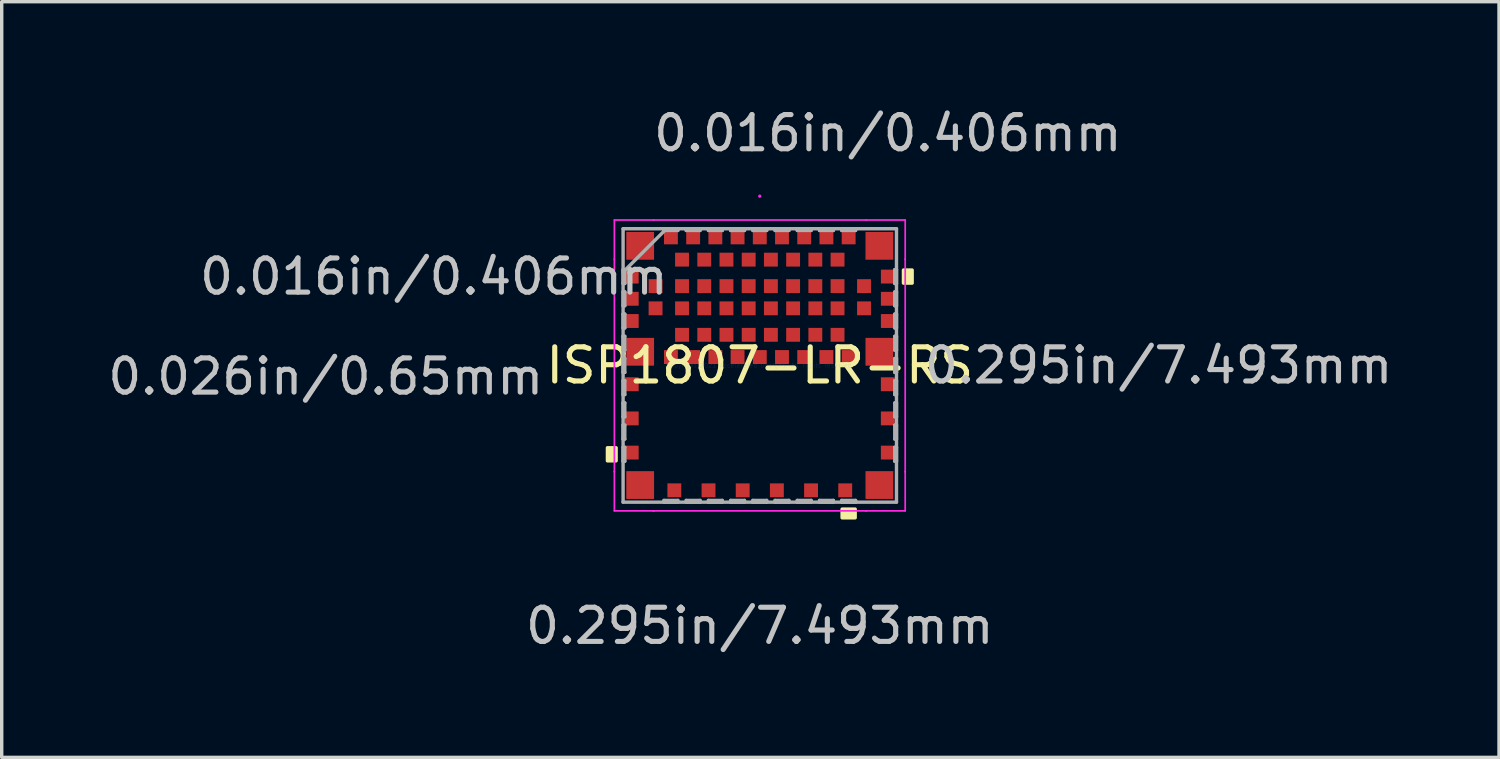
<source format=kicad_pcb>
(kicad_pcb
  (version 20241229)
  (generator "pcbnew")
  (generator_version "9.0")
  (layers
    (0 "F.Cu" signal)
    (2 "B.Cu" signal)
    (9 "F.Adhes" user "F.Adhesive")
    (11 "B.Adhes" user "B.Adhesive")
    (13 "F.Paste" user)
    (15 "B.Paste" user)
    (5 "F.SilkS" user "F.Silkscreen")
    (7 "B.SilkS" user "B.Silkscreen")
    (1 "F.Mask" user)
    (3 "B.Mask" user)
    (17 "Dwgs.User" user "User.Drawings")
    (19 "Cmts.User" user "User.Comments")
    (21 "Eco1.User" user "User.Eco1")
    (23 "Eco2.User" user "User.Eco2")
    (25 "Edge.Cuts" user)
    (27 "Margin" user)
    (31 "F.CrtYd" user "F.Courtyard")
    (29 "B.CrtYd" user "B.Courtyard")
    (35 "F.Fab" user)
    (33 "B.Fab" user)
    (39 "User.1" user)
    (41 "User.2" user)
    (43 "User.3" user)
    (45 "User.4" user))
  (footprint "ISP1807-LR-RS"
    (layer "F.Cu")
    (at 19.182 7.643)
    (property "Reference" "ISP1807-LR-RS" (at 0 0 0) (layer "F.SilkS") (effects (font (size 1 1) (thickness 0.15))))
    (attr through_hole)
    (fp_poly (pts (xy -4.458 2.409) (xy -4.458 2.791) (xy -4.204 2.791) (xy -4.204 2.409)) (stroke (width 0.1) (type solid)) (fill yes) (layer "F.SilkS"))
    (fp_poly (pts (xy 2.409 4.204) (xy 2.409 4.458) (xy 2.791 4.458) (xy 2.791 4.204)) (stroke (width 0.1) (type solid)) (fill yes) (layer "F.SilkS"))
    (fp_poly (pts (xy 4.458 -2.791) (xy 4.458 -2.409) (xy 4.204 -2.409) (xy 4.204 -2.791)) (stroke (width 0.1) (type solid)) (fill yes) (layer "F.SilkS"))
    (fp_line (start -4.255 -4.255) (end -3.108 -4.255) (stroke (width 0.05) (type solid)) (layer "F.CrtYd"))
    (fp_line (start -4.255 -3.108) (end -4.255 -4.255) (stroke (width 0.05) (type solid)) (layer "F.CrtYd"))
    (fp_line (start -4.255 -3.108) (end -4.255 -3.108) (stroke (width 0.05) (type solid)) (layer "F.CrtYd"))
    (fp_line (start -4.255 3.108) (end -4.255 -3.108) (stroke (width 0.05) (type solid)) (layer "F.CrtYd"))
    (fp_line (start -4.255 3.108) (end -4.255 3.108) (stroke (width 0.05) (type solid)) (layer "F.CrtYd"))
    (fp_line (start -4.255 4.255) (end -4.255 3.108) (stroke (width 0.05) (type solid)) (layer "F.CrtYd"))
    (fp_line (start -3.108 -4.255) (end -3.108 -4.255) (stroke (width 0.05) (type solid)) (layer "F.CrtYd"))
    (fp_line (start -3.108 -4.255) (end 3.108 -4.255) (stroke (width 0.05) (type solid)) (layer "F.CrtYd"))
    (fp_line (start -3.108 4.255) (end -4.255 4.255) (stroke (width 0.05) (type solid)) (layer "F.CrtYd"))
    (fp_line (start -3.108 4.255) (end -3.108 4.255) (stroke (width 0.05) (type solid)) (layer "F.CrtYd"))
    (fp_line (start 3.108 -4.255) (end 3.108 -4.255) (stroke (width 0.05) (type solid)) (layer "F.CrtYd"))
    (fp_line (start 3.108 -4.255) (end 4.255 -4.255) (stroke (width 0.05) (type solid)) (layer "F.CrtYd"))
    (fp_line (start 3.108 4.255) (end -3.108 4.255) (stroke (width 0.05) (type solid)) (layer "F.CrtYd"))
    (fp_line (start 3.108 4.255) (end 3.108 4.255) (stroke (width 0.05) (type solid)) (layer "F.CrtYd"))
    (fp_line (start 4.255 -4.255) (end 4.255 -3.108) (stroke (width 0.05) (type solid)) (layer "F.CrtYd"))
    (fp_line (start 4.255 -3.108) (end 4.255 -3.108) (stroke (width 0.05) (type solid)) (layer "F.CrtYd"))
    (fp_line (start 4.255 -3.108) (end 4.255 3.108) (stroke (width 0.05) (type solid)) (layer "F.CrtYd"))
    (fp_line (start 4.255 3.108) (end 4.255 3.108) (stroke (width 0.05) (type solid)) (layer "F.CrtYd"))
    (fp_line (start 4.255 3.108) (end 4.255 4.255) (stroke (width 0.05) (type solid)) (layer "F.CrtYd"))
    (fp_line (start 4.255 4.255) (end 3.108 4.255) (stroke (width 0.05) (type solid)) (layer "F.CrtYd"))
    (fp_circle (center 0 -4.953) (end 0 -4.953) (stroke (width 0.05) (type solid)) (fill no) (layer "F.CrtYd"))
    (fp_line (start -4 -4) (end -4 4) (stroke (width 0.1) (type solid)) (layer "F.Fab"))
    (fp_line (start -4 -2.803) (end -3.95 -2.803) (stroke (width 0.1) (type solid)) (layer "F.Fab"))
    (fp_line (start -4 -2.731) (end -2.731 -4) (stroke (width 0.1) (type solid)) (layer "F.Fab"))
    (fp_line (start -4 -2.397) (end -4 -2.803) (stroke (width 0.1) (type solid)) (layer "F.Fab"))
    (fp_line (start -4 -2.153) (end -3.95 -2.153) (stroke (width 0.1) (type solid)) (layer "F.Fab"))
    (fp_line (start -4 -1.747) (end -4 -2.153) (stroke (width 0.1) (type solid)) (layer "F.Fab"))
    (fp_line (start -4 -1.503) (end -3.95 -1.503) (stroke (width 0.1) (type solid)) (layer "F.Fab"))
    (fp_line (start -4 -1.097) (end -4 -1.503) (stroke (width 0.1) (type solid)) (layer "F.Fab"))
    (fp_line (start -4 -0.853) (end -3.95 -0.853) (stroke (width 0.1) (type solid)) (layer "F.Fab"))
    (fp_line (start -4 -0.447) (end -4 -0.853) (stroke (width 0.1) (type solid)) (layer "F.Fab"))
    (fp_line (start -4 -0.203) (end -3.95 -0.203) (stroke (width 0.1) (type solid)) (layer "F.Fab"))
    (fp_line (start -4 0.203) (end -4 -0.203) (stroke (width 0.1) (type solid)) (layer "F.Fab"))
    (fp_line (start -4 0.447) (end -3.95 0.447) (stroke (width 0.1) (type solid)) (layer "F.Fab"))
    (fp_line (start -4 0.853) (end -4 0.447) (stroke (width 0.1) (type solid)) (layer "F.Fab"))
    (fp_line (start -4 1.097) (end -3.95 1.097) (stroke (width 0.1) (type solid)) (layer "F.Fab"))
    (fp_line (start -4 1.503) (end -4 1.097) (stroke (width 0.1) (type solid)) (layer "F.Fab"))
    (fp_line (start -4 1.747) (end -3.95 1.747) (stroke (width 0.1) (type solid)) (layer "F.Fab"))
    (fp_line (start -4 2.153) (end -4 1.747) (stroke (width 0.1) (type solid)) (layer "F.Fab"))
    (fp_line (start -4 2.397) (end -3.95 2.397) (stroke (width 0.1) (type solid)) (layer "F.Fab"))
    (fp_line (start -4 2.803) (end -4 2.397) (stroke (width 0.1) (type solid)) (layer "F.Fab"))
    (fp_line (start -4 4) (end 4 4) (stroke (width 0.1) (type solid)) (layer "F.Fab"))
    (fp_line (start -3.95 -2.803) (end -3.95 -2.397) (stroke (width 0.1) (type solid)) (layer "F.Fab"))
    (fp_line (start -3.95 -2.397) (end -4 -2.397) (stroke (width 0.1) (type solid)) (layer "F.Fab"))
    (fp_line (start -3.95 -2.153) (end -3.95 -1.747) (stroke (width 0.1) (type solid)) (layer "F.Fab"))
    (fp_line (start -3.95 -1.747) (end -4 -1.747) (stroke (width 0.1) (type solid)) (layer "F.Fab"))
    (fp_line (start -3.95 -1.503) (end -3.95 -1.097) (stroke (width 0.1) (type solid)) (layer "F.Fab"))
    (fp_line (start -3.95 -1.097) (end -4 -1.097) (stroke (width 0.1) (type solid)) (layer "F.Fab"))
    (fp_line (start -3.95 -0.853) (end -3.95 -0.447) (stroke (width 0.1) (type solid)) (layer "F.Fab"))
    (fp_line (start -3.95 -0.447) (end -4 -0.447) (stroke (width 0.1) (type solid)) (layer "F.Fab"))
    (fp_line (start -3.95 -0.203) (end -3.95 0.203) (stroke (width 0.1) (type solid)) (layer "F.Fab"))
    (fp_line (start -3.95 0.203) (end -4 0.203) (stroke (width 0.1) (type solid)) (layer "F.Fab"))
    (fp_line (start -3.95 0.447) (end -3.95 0.853) (stroke (width 0.1) (type solid)) (layer "F.Fab"))
    (fp_line (start -3.95 0.853) (end -4 0.853) (stroke (width 0.1) (type solid)) (layer "F.Fab"))
    (fp_line (start -3.95 1.097) (end -3.95 1.503) (stroke (width 0.1) (type solid)) (layer "F.Fab"))
    (fp_line (start -3.95 1.503) (end -4 1.503) (stroke (width 0.1) (type solid)) (layer "F.Fab"))
    (fp_line (start -3.95 1.747) (end -3.95 2.153) (stroke (width 0.1) (type solid)) (layer "F.Fab"))
    (fp_line (start -3.95 2.153) (end -4 2.153) (stroke (width 0.1) (type solid)) (layer "F.Fab"))
    (fp_line (start -3.95 2.397) (end -3.95 2.803) (stroke (width 0.1) (type solid)) (layer "F.Fab"))
    (fp_line (start -3.95 2.803) (end -4 2.803) (stroke (width 0.1) (type solid)) (layer "F.Fab"))
    (fp_line (start -2.803 -4) (end -2.397 -4) (stroke (width 0.1) (type solid)) (layer "F.Fab"))
    (fp_line (start -2.803 -3.95) (end -2.803 -4) (stroke (width 0.1) (type solid)) (layer "F.Fab"))
    (fp_line (start -2.803 3.95) (end -2.397 3.95) (stroke (width 0.1) (type solid)) (layer "F.Fab"))
    (fp_line (start -2.803 4) (end -2.803 3.95) (stroke (width 0.1) (type solid)) (layer "F.Fab"))
    (fp_line (start -2.397 -4) (end -2.397 -3.95) (stroke (width 0.1) (type solid)) (layer "F.Fab"))
    (fp_line (start -2.397 -3.95) (end -2.803 -3.95) (stroke (width 0.1) (type solid)) (layer "F.Fab"))
    (fp_line (start -2.397 3.95) (end -2.397 4) (stroke (width 0.1) (type solid)) (layer "F.Fab"))
    (fp_line (start -2.397 4) (end -2.803 4) (stroke (width 0.1) (type solid)) (layer "F.Fab"))
    (fp_line (start -2.153 -4) (end -1.747 -4) (stroke (width 0.1) (type solid)) (layer "F.Fab"))
    (fp_line (start -2.153 -3.95) (end -2.153 -4) (stroke (width 0.1) (type solid)) (layer "F.Fab"))
    (fp_line (start -2.153 3.95) (end -1.747 3.95) (stroke (width 0.1) (type solid)) (layer "F.Fab"))
    (fp_line (start -2.153 4) (end -2.153 3.95) (stroke (width 0.1) (type solid)) (layer "F.Fab"))
    (fp_line (start -1.747 -4) (end -1.747 -3.95) (stroke (width 0.1) (type solid)) (layer "F.Fab"))
    (fp_line (start -1.747 -3.95) (end -2.153 -3.95) (stroke (width 0.1) (type solid)) (layer "F.Fab"))
    (fp_line (start -1.747 3.95) (end -1.747 4) (stroke (width 0.1) (type solid)) (layer "F.Fab"))
    (fp_line (start -1.747 4) (end -2.153 4) (stroke (width 0.1) (type solid)) (layer "F.Fab"))
    (fp_line (start -1.503 -4) (end -1.097 -4) (stroke (width 0.1) (type solid)) (layer "F.Fab"))
    (fp_line (start -1.503 -3.95) (end -1.503 -4) (stroke (width 0.1) (type solid)) (layer "F.Fab"))
    (fp_line (start -1.503 3.95) (end -1.097 3.95) (stroke (width 0.1) (type solid)) (layer "F.Fab"))
    (fp_line (start -1.503 4) (end -1.503 3.95) (stroke (width 0.1) (type solid)) (layer "F.Fab"))
    (fp_line (start -1.097 -4) (end -1.097 -3.95) (stroke (width 0.1) (type solid)) (layer "F.Fab"))
    (fp_line (start -1.097 -3.95) (end -1.503 -3.95) (stroke (width 0.1) (type solid)) (layer "F.Fab"))
    (fp_line (start -1.097 3.95) (end -1.097 4) (stroke (width 0.1) (type solid)) (layer "F.Fab"))
    (fp_line (start -1.097 4) (end -1.503 4) (stroke (width 0.1) (type solid)) (layer "F.Fab"))
    (fp_line (start -0.853 -4) (end -0.447 -4) (stroke (width 0.1) (type solid)) (layer "F.Fab"))
    (fp_line (start -0.853 -3.95) (end -0.853 -4) (stroke (width 0.1) (type solid)) (layer "F.Fab"))
    (fp_line (start -0.853 3.95) (end -0.447 3.95) (stroke (width 0.1) (type solid)) (layer "F.Fab"))
    (fp_line (start -0.853 4) (end -0.853 3.95) (stroke (width 0.1) (type solid)) (layer "F.Fab"))
    (fp_line (start -0.447 -4) (end -0.447 -3.95) (stroke (width 0.1) (type solid)) (layer "F.Fab"))
    (fp_line (start -0.447 -3.95) (end -0.853 -3.95) (stroke (width 0.1) (type solid)) (layer "F.Fab"))
    (fp_line (start -0.447 3.95) (end -0.447 4) (stroke (width 0.1) (type solid)) (layer "F.Fab"))
    (fp_line (start -0.447 4) (end -0.853 4) (stroke (width 0.1) (type solid)) (layer "F.Fab"))
    (fp_line (start -0.203 -4) (end 0.203 -4) (stroke (width 0.1) (type solid)) (layer "F.Fab"))
    (fp_line (start -0.203 -3.95) (end -0.203 -4) (stroke (width 0.1) (type solid)) (layer "F.Fab"))
    (fp_line (start -0.203 3.95) (end 0.203 3.95) (stroke (width 0.1) (type solid)) (layer "F.Fab"))
    (fp_line (start -0.203 4) (end -0.203 3.95) (stroke (width 0.1) (type solid)) (layer "F.Fab"))
    (fp_line (start 0.203 -4) (end 0.203 -3.95) (stroke (width 0.1) (type solid)) (layer "F.Fab"))
    (fp_line (start 0.203 -3.95) (end -0.203 -3.95) (stroke (width 0.1) (type solid)) (layer "F.Fab"))
    (fp_line (start 0.203 3.95) (end 0.203 4) (stroke (width 0.1) (type solid)) (layer "F.Fab"))
    (fp_line (start 0.203 4) (end -0.203 4) (stroke (width 0.1) (type solid)) (layer "F.Fab"))
    (fp_line (start 0.447 -4) (end 0.853 -4) (stroke (width 0.1) (type solid)) (layer "F.Fab"))
    (fp_line (start 0.447 -3.95) (end 0.447 -4) (stroke (width 0.1) (type solid)) (layer "F.Fab"))
    (fp_line (start 0.447 3.95) (end 0.853 3.95) (stroke (width 0.1) (type solid)) (layer "F.Fab"))
    (fp_line (start 0.447 4) (end 0.447 3.95) (stroke (width 0.1) (type solid)) (layer "F.Fab"))
    (fp_line (start 0.853 -4) (end 0.853 -3.95) (stroke (width 0.1) (type solid)) (layer "F.Fab"))
    (fp_line (start 0.853 -3.95) (end 0.447 -3.95) (stroke (width 0.1) (type solid)) (layer "F.Fab"))
    (fp_line (start 0.853 3.95) (end 0.853 4) (stroke (width 0.1) (type solid)) (layer "F.Fab"))
    (fp_line (start 0.853 4) (end 0.447 4) (stroke (width 0.1) (type solid)) (layer "F.Fab"))
    (fp_line (start 1.097 -4) (end 1.503 -4) (stroke (width 0.1) (type solid)) (layer "F.Fab"))
    (fp_line (start 1.097 -3.95) (end 1.097 -4) (stroke (width 0.1) (type solid)) (layer "F.Fab"))
    (fp_line (start 1.097 3.95) (end 1.503 3.95) (stroke (width 0.1) (type solid)) (layer "F.Fab"))
    (fp_line (start 1.097 4) (end 1.097 3.95) (stroke (width 0.1) (type solid)) (layer "F.Fab"))
    (fp_line (start 1.503 -4) (end 1.503 -3.95) (stroke (width 0.1) (type solid)) (layer "F.Fab"))
    (fp_line (start 1.503 -3.95) (end 1.097 -3.95) (stroke (width 0.1) (type solid)) (layer "F.Fab"))
    (fp_line (start 1.503 3.95) (end 1.503 4) (stroke (width 0.1) (type solid)) (layer "F.Fab"))
    (fp_line (start 1.503 4) (end 1.097 4) (stroke (width 0.1) (type solid)) (layer "F.Fab"))
    (fp_line (start 1.747 -4) (end 2.153 -4) (stroke (width 0.1) (type solid)) (layer "F.Fab"))
    (fp_line (start 1.747 -3.95) (end 1.747 -4) (stroke (width 0.1) (type solid)) (layer "F.Fab"))
    (fp_line (start 1.747 3.95) (end 2.153 3.95) (stroke (width 0.1) (type solid)) (layer "F.Fab"))
    (fp_line (start 1.747 4) (end 1.747 3.95) (stroke (width 0.1) (type solid)) (layer "F.Fab"))
    (fp_line (start 2.153 -4) (end 2.153 -3.95) (stroke (width 0.1) (type solid)) (layer "F.Fab"))
    (fp_line (start 2.153 -3.95) (end 1.747 -3.95) (stroke (width 0.1) (type solid)) (layer "F.Fab"))
    (fp_line (start 2.153 3.95) (end 2.153 4) (stroke (width 0.1) (type solid)) (layer "F.Fab"))
    (fp_line (start 2.153 4) (end 1.747 4) (stroke (width 0.1) (type solid)) (layer "F.Fab"))
    (fp_line (start 2.397 -4) (end 2.803 -4) (stroke (width 0.1) (type solid)) (layer "F.Fab"))
    (fp_line (start 2.397 -3.95) (end 2.397 -4) (stroke (width 0.1) (type solid)) (layer "F.Fab"))
    (fp_line (start 2.397 3.95) (end 2.803 3.95) (stroke (width 0.1) (type solid)) (layer "F.Fab"))
    (fp_line (start 2.397 4) (end 2.397 3.95) (stroke (width 0.1) (type solid)) (layer "F.Fab"))
    (fp_line (start 2.803 -4) (end 2.803 -3.95) (stroke (width 0.1) (type solid)) (layer "F.Fab"))
    (fp_line (start 2.803 -3.95) (end 2.397 -3.95) (stroke (width 0.1) (type solid)) (layer "F.Fab"))
    (fp_line (start 2.803 3.95) (end 2.803 4) (stroke (width 0.1) (type solid)) (layer "F.Fab"))
    (fp_line (start 2.803 4) (end 2.397 4) (stroke (width 0.1) (type solid)) (layer "F.Fab"))
    (fp_line (start 3.95 -2.803) (end 4 -2.803) (stroke (width 0.1) (type solid)) (layer "F.Fab"))
    (fp_line (start 3.95 -2.397) (end 3.95 -2.803) (stroke (width 0.1) (type solid)) (layer "F.Fab"))
    (fp_line (start 3.95 -2.153) (end 4 -2.153) (stroke (width 0.1) (type solid)) (layer "F.Fab"))
    (fp_line (start 3.95 -1.747) (end 3.95 -2.153) (stroke (width 0.1) (type solid)) (layer "F.Fab"))
    (fp_line (start 3.95 -1.503) (end 4 -1.503) (stroke (width 0.1) (type solid)) (layer "F.Fab"))
    (fp_line (start 3.95 -1.097) (end 3.95 -1.503) (stroke (width 0.1) (type solid)) (layer "F.Fab"))
    (fp_line (start 3.95 -0.853) (end 4 -0.853) (stroke (width 0.1) (type solid)) (layer "F.Fab"))
    (fp_line (start 3.95 -0.447) (end 3.95 -0.853) (stroke (width 0.1) (type solid)) (layer "F.Fab"))
    (fp_line (start 3.95 -0.203) (end 4 -0.203) (stroke (width 0.1) (type solid)) (layer "F.Fab"))
    (fp_line (start 3.95 0.203) (end 3.95 -0.203) (stroke (width 0.1) (type solid)) (layer "F.Fab"))
    (fp_line (start 3.95 0.447) (end 4 0.447) (stroke (width 0.1) (type solid)) (layer "F.Fab"))
    (fp_line (start 3.95 0.853) (end 3.95 0.447) (stroke (width 0.1) (type solid)) (layer "F.Fab"))
    (fp_line (start 3.95 1.097) (end 4 1.097) (stroke (width 0.1) (type solid)) (layer "F.Fab"))
    (fp_line (start 3.95 1.503) (end 3.95 1.097) (stroke (width 0.1) (type solid)) (layer "F.Fab"))
    (fp_line (start 3.95 1.747) (end 4 1.747) (stroke (width 0.1) (type solid)) (layer "F.Fab"))
    (fp_line (start 3.95 2.153) (end 3.95 1.747) (stroke (width 0.1) (type solid)) (layer "F.Fab"))
    (fp_line (start 3.95 2.397) (end 4 2.397) (stroke (width 0.1) (type solid)) (layer "F.Fab"))
    (fp_line (start 3.95 2.803) (end 3.95 2.397) (stroke (width 0.1) (type solid)) (layer "F.Fab"))
    (fp_line (start 4 -4) (end -4 -4) (stroke (width 0.1) (type solid)) (layer "F.Fab"))
    (fp_line (start 4 -2.803) (end 4 -2.397) (stroke (width 0.1) (type solid)) (layer "F.Fab"))
    (fp_line (start 4 -2.397) (end 3.95 -2.397) (stroke (width 0.1) (type solid)) (layer "F.Fab"))
    (fp_line (start 4 -2.153) (end 4 -1.747) (stroke (width 0.1) (type solid)) (layer "F.Fab"))
    (fp_line (start 4 -1.747) (end 3.95 -1.747) (stroke (width 0.1) (type solid)) (layer "F.Fab"))
    (fp_line (start 4 -1.503) (end 4 -1.097) (stroke (width 0.1) (type solid)) (layer "F.Fab"))
    (fp_line (start 4 -1.097) (end 3.95 -1.097) (stroke (width 0.1) (type solid)) (layer "F.Fab"))
    (fp_line (start 4 -0.853) (end 4 -0.447) (stroke (width 0.1) (type solid)) (layer "F.Fab"))
    (fp_line (start 4 -0.447) (end 3.95 -0.447) (stroke (width 0.1) (type solid)) (layer "F.Fab"))
    (fp_line (start 4 -0.203) (end 4 0.203) (stroke (width 0.1) (type solid)) (layer "F.Fab"))
    (fp_line (start 4 0.203) (end 3.95 0.203) (stroke (width 0.1) (type solid)) (layer "F.Fab"))
    (fp_line (start 4 0.447) (end 4 0.853) (stroke (width 0.1) (type solid)) (layer "F.Fab"))
    (fp_line (start 4 0.853) (end 3.95 0.853) (stroke (width 0.1) (type solid)) (layer "F.Fab"))
    (fp_line (start 4 1.097) (end 4 1.503) (stroke (width 0.1) (type solid)) (layer "F.Fab"))
    (fp_line (start 4 1.503) (end 3.95 1.503) (stroke (width 0.1) (type solid)) (layer "F.Fab"))
    (fp_line (start 4 1.747) (end 4 2.153) (stroke (width 0.1) (type solid)) (layer "F.Fab"))
    (fp_line (start 4 2.153) (end 3.95 2.153) (stroke (width 0.1) (type solid)) (layer "F.Fab"))
    (fp_line (start 4 2.397) (end 4 2.803) (stroke (width 0.1) (type solid)) (layer "F.Fab"))
    (fp_line (start 4 2.803) (end 3.95 2.803) (stroke (width 0.1) (type solid)) (layer "F.Fab"))
    (fp_line (start 4 4) (end 4 -4) (stroke (width 0.1) (type solid)) (layer "F.Fab"))
    (fp_text user "0.016in/0.406mm" (at 3.747 -6.795 0) (layer "Dwgs.User") (effects (font (size 1 1) (thickness 0.15))))
    (fp_text user "0.295in/7.493mm" (at 0 7.62 0) (layer "Dwgs.User") (effects (font (size 1 1) (thickness 0.15))))
    (fp_text user "0.026in/0.65mm" (at -12.7 0.325 0) (layer "Dwgs.User") (effects (font (size 1 1) (thickness 0.15))))
    (fp_text user "0.016in/0.406mm" (at -9.538 -2.6 0) (layer "Dwgs.User") (effects (font (size 1 1) (thickness 0.15))))
    (fp_text user "0.295in/7.493mm" (at 11.671 0 0) (layer "Dwgs.User") (effects (font (size 1 1) (thickness 0.15))))
    (fp_text user "Copyright 2021 Accelerated Designs. All rights reserved." (at 0 0 0) (layer "Cmts.User") (effects (font (size 0.127 0.127) (thickness 0.002))))
    (pad "1" smd rect (at -3.5 -3.5) (size 0.813 0.813) (layers "F.Cu" "F.Mask" "F.Paste"))
    (pad "2" smd rect (at -3.747 -2.6 90) (size 0.406 0.406) (layers "F.Cu" "F.Mask" "F.Paste"))
    (pad "3" smd rect (at -3.05 -2.321) (size 0.406 0.406) (layers "F.Cu" "F.Mask" "F.Paste"))
    (pad "4" smd rect (at -3.747 -1.95 90) (size 0.406 0.406) (layers "F.Cu" "F.Mask" "F.Paste"))
    (pad "5" smd rect (at -3.05 -1.671) (size 0.406 0.406) (layers "F.Cu" "F.Mask" "F.Paste"))
    (pad "6" smd rect (at -3.747 -1.3 90) (size 0.406 0.406) (layers "F.Cu" "F.Mask" "F.Paste"))
    (pad "7" smd rect (at -3.5 -0.4) (size 0.813 0.813) (layers "F.Cu" "F.Mask" "F.Paste"))
    (pad "8" smd rect (at -2.6 -0.246) (size 0.406 0.406) (layers "F.Cu" "F.Mask" "F.Paste"))
    (pad "9" smd rect (at -2.275 -0.896) (size 0.406 0.406) (layers "F.Cu" "F.Mask" "F.Paste"))
    (pad "10" smd rect (at -1.95 -0.246) (size 0.406 0.406) (layers "F.Cu" "F.Mask" "F.Paste"))
    (pad "11" smd rect (at -1.625 -0.896) (size 0.406 0.406) (layers "F.Cu" "F.Mask" "F.Paste"))
    (pad "12" smd rect (at -1.3 -0.246) (size 0.406 0.406) (layers "F.Cu" "F.Mask" "F.Paste"))
    (pad "13" smd rect (at -0.975 -0.896) (size 0.406 0.406) (layers "F.Cu" "F.Mask" "F.Paste"))
    (pad "14" smd rect (at -0.65 -0.246) (size 0.406 0.406) (layers "F.Cu" "F.Mask" "F.Paste"))
    (pad "15" smd rect (at -0.325 -0.896) (size 0.406 0.406) (layers "F.Cu" "F.Mask" "F.Paste"))
    (pad "16" smd rect (at 0 -0.246) (size 0.406 0.406) (layers "F.Cu" "F.Mask" "F.Paste"))
    (pad "17" smd rect (at 0.325 -0.896) (size 0.406 0.406) (layers "F.Cu" "F.Mask" "F.Paste"))
    (pad "18" smd rect (at 0.65 -0.246) (size 0.406 0.406) (layers "F.Cu" "F.Mask" "F.Paste"))
    (pad "19" smd rect (at 0.975 -0.896) (size 0.406 0.406) (layers "F.Cu" "F.Mask" "F.Paste"))
    (pad "20" smd rect (at 1.3 -0.246) (size 0.406 0.406) (layers "F.Cu" "F.Mask" "F.Paste"))
    (pad "21" smd rect (at 1.625 -0.896) (size 0.406 0.406) (layers "F.Cu" "F.Mask" "F.Paste"))
    (pad "22" smd rect (at 1.95 -0.246) (size 0.406 0.406) (layers "F.Cu" "F.Mask" "F.Paste"))
    (pad "23" smd rect (at 2.275 -0.896) (size 0.406 0.406) (layers "F.Cu" "F.Mask" "F.Paste"))
    (pad "24" smd rect (at 2.6 -0.246) (size 0.406 0.406) (layers "F.Cu" "F.Mask" "F.Paste"))
    (pad "25" smd rect (at 3.5 -0.4) (size 0.813 0.813) (layers "F.Cu" "F.Mask" "F.Paste"))
    (pad "26" smd rect (at 3.747 -1.3 90) (size 0.406 0.406) (layers "F.Cu" "F.Mask" "F.Paste"))
    (pad "27" smd rect (at 3.05 -1.671) (size 0.406 0.406) (layers "F.Cu" "F.Mask" "F.Paste"))
    (pad "28" smd rect (at 3.747 -1.95 90) (size 0.406 0.406) (layers "F.Cu" "F.Mask" "F.Paste"))
    (pad "29" smd rect (at 3.05 -2.321) (size 0.406 0.406) (layers "F.Cu" "F.Mask" "F.Paste"))
    (pad "30" smd rect (at 3.747 -2.6 90) (size 0.406 0.406) (layers "F.Cu" "F.Mask" "F.Paste"))
    (pad "31" smd rect (at 3.5 -3.5) (size 0.813 0.813) (layers "F.Cu" "F.Mask" "F.Paste"))
    (pad "32" smd rect (at 2.6 -3.747) (size 0.406 0.406) (layers "F.Cu" "F.Mask" "F.Paste"))
    (pad "33" smd rect (at 2.275 -3.096) (size 0.406 0.406) (layers "F.Cu" "F.Mask" "F.Paste"))
    (pad "34" smd rect (at 1.95 -3.747) (size 0.406 0.406) (layers "F.Cu" "F.Mask" "F.Paste"))
    (pad "35" smd rect (at 1.625 -3.096) (size 0.406 0.406) (layers "F.Cu" "F.Mask" "F.Paste"))
    (pad "36" smd rect (at 1.3 -3.747) (size 0.406 0.406) (layers "F.Cu" "F.Mask" "F.Paste"))
    (pad "37" smd rect (at 0.975 -3.096) (size 0.406 0.406) (layers "F.Cu" "F.Mask" "F.Paste"))
    (pad "38" smd rect (at 0.65 -3.747) (size 0.406 0.406) (layers "F.Cu" "F.Mask" "F.Paste"))
    (pad "39" smd rect (at 0.325 -3.096) (size 0.406 0.406) (layers "F.Cu" "F.Mask" "F.Paste"))
    (pad "40" smd rect (at 0 -3.747) (size 0.406 0.406) (layers "F.Cu" "F.Mask" "F.Paste"))
    (pad "41" smd rect (at -0.325 -3.096) (size 0.406 0.406) (layers "F.Cu" "F.Mask" "F.Paste"))
    (pad "42" smd rect (at -0.65 -3.747) (size 0.406 0.406) (layers "F.Cu" "F.Mask" "F.Paste"))
    (pad "43" smd rect (at -0.975 -3.096) (size 0.406 0.406) (layers "F.Cu" "F.Mask" "F.Paste"))
    (pad "44" smd rect (at -1.3 -3.747) (size 0.406 0.406) (layers "F.Cu" "F.Mask" "F.Paste"))
    (pad "45" smd rect (at -1.625 -3.096) (size 0.406 0.406) (layers "F.Cu" "F.Mask" "F.Paste"))
    (pad "46" smd rect (at -1.95 -3.747) (size 0.406 0.406) (layers "F.Cu" "F.Mask" "F.Paste"))
    (pad "47" smd rect (at -2.275 -3.096) (size 0.406 0.406) (layers "F.Cu" "F.Mask" "F.Paste"))
    (pad "48" smd rect (at -2.6 -3.747) (size 0.406 0.406) (layers "F.Cu" "F.Mask" "F.Paste"))
    (pad "49" smd rect (at 2.275 -2.321) (size 0.406 0.406) (layers "F.Cu" "F.Mask" "F.Paste"))
    (pad "50" smd rect (at 1.625 -2.321) (size 0.406 0.406) (layers "F.Cu" "F.Mask" "F.Paste"))
    (pad "51" smd rect (at 0.975 -2.321) (size 0.406 0.406) (layers "F.Cu" "F.Mask" "F.Paste"))
    (pad "52" smd rect (at 0.325 -2.321) (size 0.406 0.406) (layers "F.Cu" "F.Mask" "F.Paste"))
    (pad "53" smd rect (at -0.325 -2.321) (size 0.406 0.406) (layers "F.Cu" "F.Mask" "F.Paste"))
    (pad "54" smd rect (at -0.975 -2.321) (size 0.406 0.406) (layers "F.Cu" "F.Mask" "F.Paste"))
    (pad "55" smd rect (at -1.625 -2.321) (size 0.406 0.406) (layers "F.Cu" "F.Mask" "F.Paste"))
    (pad "56" smd rect (at -2.275 -2.321) (size 0.406 0.406) (layers "F.Cu" "F.Mask" "F.Paste"))
    (pad "57" smd rect (at 2.275 -1.671) (size 0.406 0.406) (layers "F.Cu" "F.Mask" "F.Paste"))
    (pad "58" smd rect (at 1.625 -1.671) (size 0.406 0.406) (layers "F.Cu" "F.Mask" "F.Paste"))
    (pad "59" smd rect (at 0.975 -1.671) (size 0.406 0.406) (layers "F.Cu" "F.Mask" "F.Paste"))
    (pad "60" smd rect (at 0.325 -1.671) (size 0.406 0.406) (layers "F.Cu" "F.Mask" "F.Paste"))
    (pad "61" smd rect (at -0.325 -1.671) (size 0.406 0.406) (layers "F.Cu" "F.Mask" "F.Paste"))
    (pad "62" smd rect (at -0.975 -1.671) (size 0.406 0.406) (layers "F.Cu" "F.Mask" "F.Paste"))
    (pad "63" smd rect (at -1.625 -1.671) (size 0.406 0.406) (layers "F.Cu" "F.Mask" "F.Paste"))
    (pad "64" smd rect (at -2.275 -1.671) (size 0.406 0.406) (layers "F.Cu" "F.Mask" "F.Paste"))
    (pad "65" smd rect (at -3.747 0.55 90) (size 0.406 0.406) (layers "F.Cu" "F.Mask" "F.Paste"))
    (pad "66" smd rect (at -3.747 1.55 90) (size 0.406 0.406) (layers "F.Cu" "F.Mask" "F.Paste"))
    (pad "67" smd rect (at -3.747 2.55 90) (size 0.406 0.406) (layers "F.Cu" "F.Mask" "F.Paste"))
    (pad "68" smd rect (at -3.5 3.5) (size 0.813 0.813) (layers "F.Cu" "F.Mask" "F.Paste"))
    (pad "69" smd rect (at -2.5 3.654) (size 0.406 0.406) (layers "F.Cu" "F.Mask" "F.Paste"))
    (pad "70" smd rect (at -1.5 3.654) (size 0.406 0.406) (layers "F.Cu" "F.Mask" "F.Paste"))
    (pad "71" smd rect (at -0.5 3.654) (size 0.406 0.406) (layers "F.Cu" "F.Mask" "F.Paste"))
    (pad "72" smd rect (at 0.5 3.654) (size 0.406 0.406) (layers "F.Cu" "F.Mask" "F.Paste"))
    (pad "73" smd rect (at 1.5 3.654) (size 0.406 0.406) (layers "F.Cu" "F.Mask" "F.Paste"))
    (pad "74" smd rect (at 2.5 3.654) (size 0.406 0.406) (layers "F.Cu" "F.Mask" "F.Paste"))
    (pad "75" smd rect (at 3.5 3.5) (size 0.813 0.813) (layers "F.Cu" "F.Mask" "F.Paste"))
    (pad "76" smd rect (at 3.746 2.55 90) (size 0.406 0.406) (layers "F.Cu" "F.Mask" "F.Paste"))
    (pad "77" smd rect (at 3.746 1.55 90) (size 0.406 0.406) (layers "F.Cu" "F.Mask" "F.Paste"))
    (pad "78" smd rect (at 3.746 0.55 90) (size 0.406 0.406) (layers "F.Cu" "F.Mask" "F.Paste")))
  (gr_rect
    (start -3 -3)
    (end 40.812 19.111)
    (stroke (width 0.1) (type default))
    (fill no)
    (layer "Edge.Cuts")))
</source>
